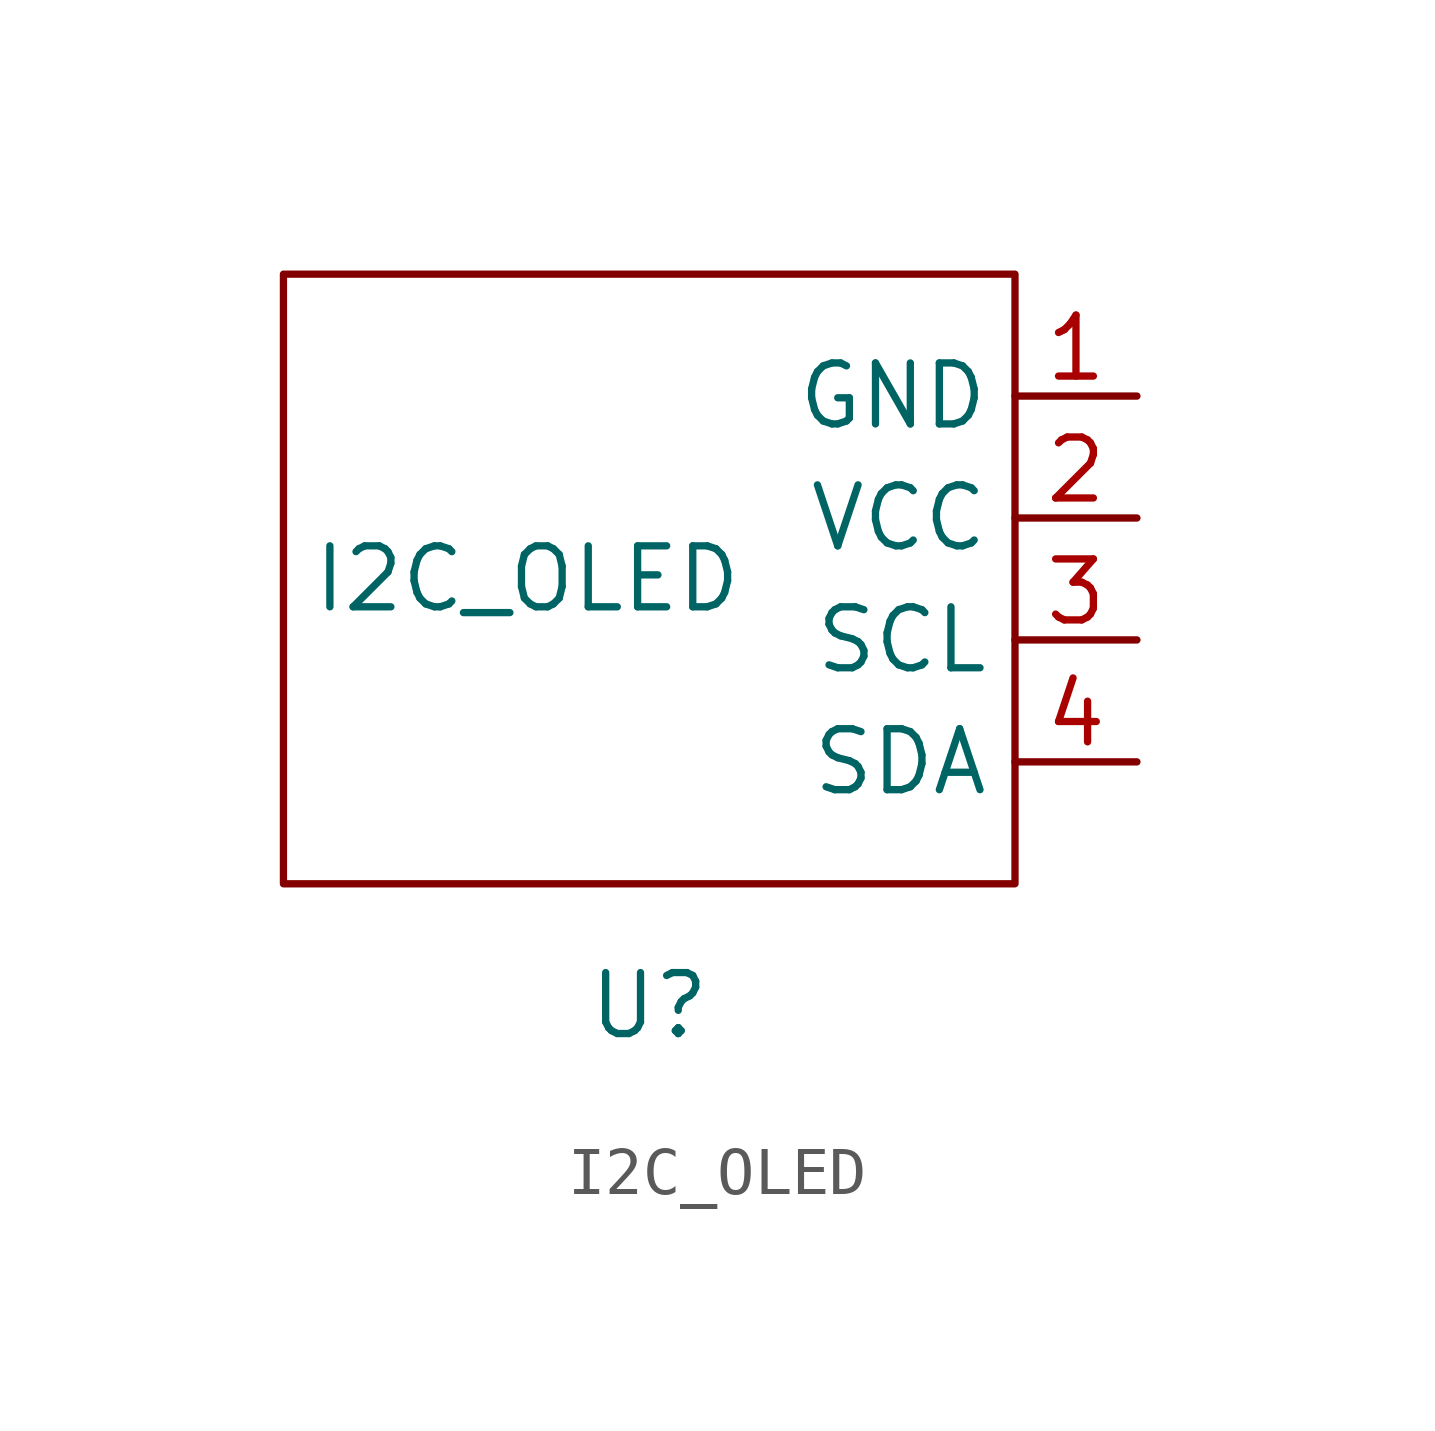
<source format=kicad_sym>
(kicad_symbol_lib
  (version 20211014)
  (generator kicad_symbol_editor)
  (symbol "I2C_OLED"
    (property "Reference" "U"
      (at 0 5.08 0)
      (effects (font (size 1.27 1.27))))
    (property "Value" "I2C_OLED"
      (at -2.54 13.97 0)
      (effects (font (size 1.27 1.27))))
    (symbol "I2C_OLED_0_1"
      (rectangle (start -7.62 20.32) (end 7.62 7.62) (stroke (width 0.152) (type default) (color 0 0 0 0)) (fill (type none))))
    (symbol "I2C_OLED_1_1"
      (pin input line (at 10.16 17.78 180) (length 2.54) (name "GND" (effects (font (size 1.27 1.27)))) (number "1" (effects (font (size 1.27 1.27)))))
      (pin input line (at 10.16 15.24 180) (length 2.54) (name "VCC" (effects (font (size 1.27 1.27)))) (number "2" (effects (font (size 1.27 1.27)))))
      (pin input line (at 10.16 12.7 180) (length 2.54) (name "SCL" (effects (font (size 1.27 1.27)))) (number "3" (effects (font (size 1.27 1.27)))))
      (pin input line (at 10.16 10.16 180) (length 2.54) (name "SDA" (effects (font (size 1.27 1.27)))) (number "4" (effects (font (size 1.27 1.27))))))))
</source>
